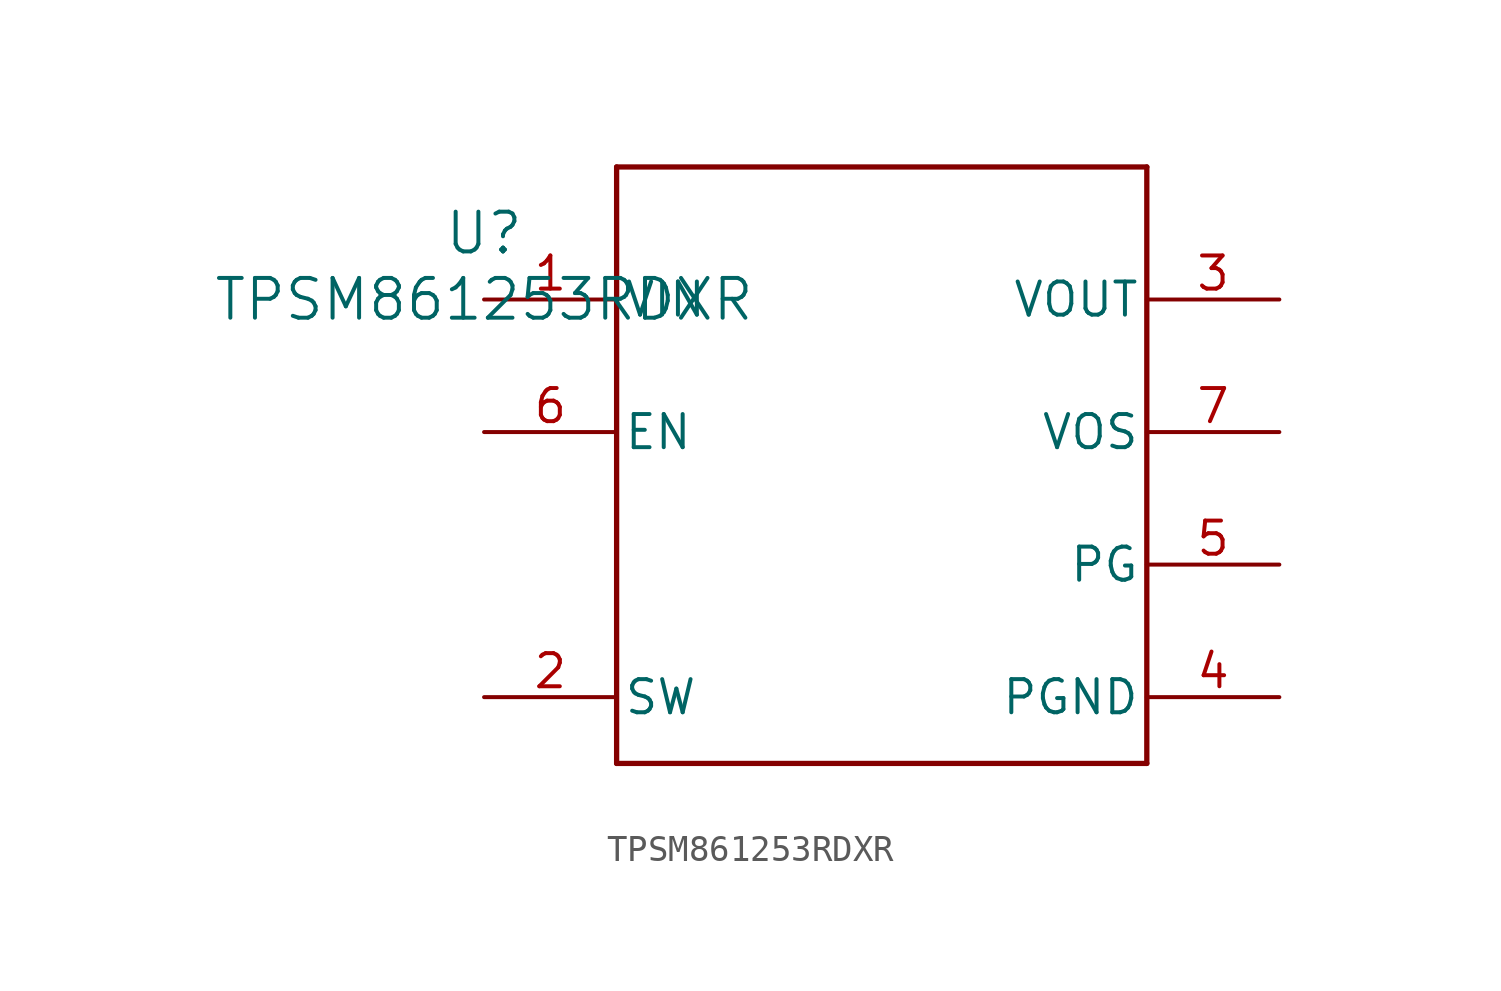
<source format=kicad_sym>
(kicad_symbol_lib
  (version 20211014)
  (generator kicad_symbol_editor)
  (symbol "TPSM861253RDXR"
    (pin_names
      (offset 0.254))
    (property "Reference" "U"
      (at 0 2.54 0)
      (effects (font (size 1.524 1.524))))
    (property "Value" "TPSM861253RDXR"
      (at 0 0 0)
      (effects (font (size 1.524 1.524))))
    (symbol "TPSM861253RDXR_0_1"
      (polyline (pts (xy 5.08 -17.78) (xy 25.4 -17.78)) (stroke (width 0.203) (type default) (color 0 0 0 0)) (fill (type none)))
      (polyline (pts (xy 25.4 -17.78) (xy 25.4 5.08)) (stroke (width 0.203) (type default) (color 0 0 0 0)) (fill (type none)))
      (polyline (pts (xy 25.4 5.08) (xy 5.08 5.08)) (stroke (width 0.203) (type default) (color 0 0 0 0)) (fill (type none)))
      (polyline (pts (xy 5.08 5.08) (xy 5.08 -17.78)) (stroke (width 0.203) (type default) (color 0 0 0 0)) (fill (type none)))
      (pin power_in line (at 0 0 0) (length 5.08) (name "VIN" (effects (font (size 1.27 1.27)))) (number "1" (effects (font (size 1.27 1.27)))))
      (pin unspecified line (at 0 -15.24 0) (length 5.08) (name "SW" (effects (font (size 1.27 1.27)))) (number "2" (effects (font (size 1.27 1.27)))))
      (pin power_in line (at 30.48 0 180) (length 5.08) (name "VOUT" (effects (font (size 1.27 1.27)))) (number "3" (effects (font (size 1.27 1.27)))))
      (pin power_in line (at 30.48 -15.24 180) (length 5.08) (name "PGND" (effects (font (size 1.27 1.27)))) (number "4" (effects (font (size 1.27 1.27)))))
      (pin open_collector line (at 30.48 -10.16 180) (length 5.08) (name "PG" (effects (font (size 1.27 1.27)))) (number "5" (effects (font (size 1.27 1.27)))))
      (pin input line (at 0 -5.08 0) (length 5.08) (name "EN" (effects (font (size 1.27 1.27)))) (number "6" (effects (font (size 1.27 1.27)))))
      (pin unspecified line (at 30.48 -5.08 180) (length 5.08) (name "VOS" (effects (font (size 1.27 1.27)))) (number "7" (effects (font (size 1.27 1.27))))))))
</source>
